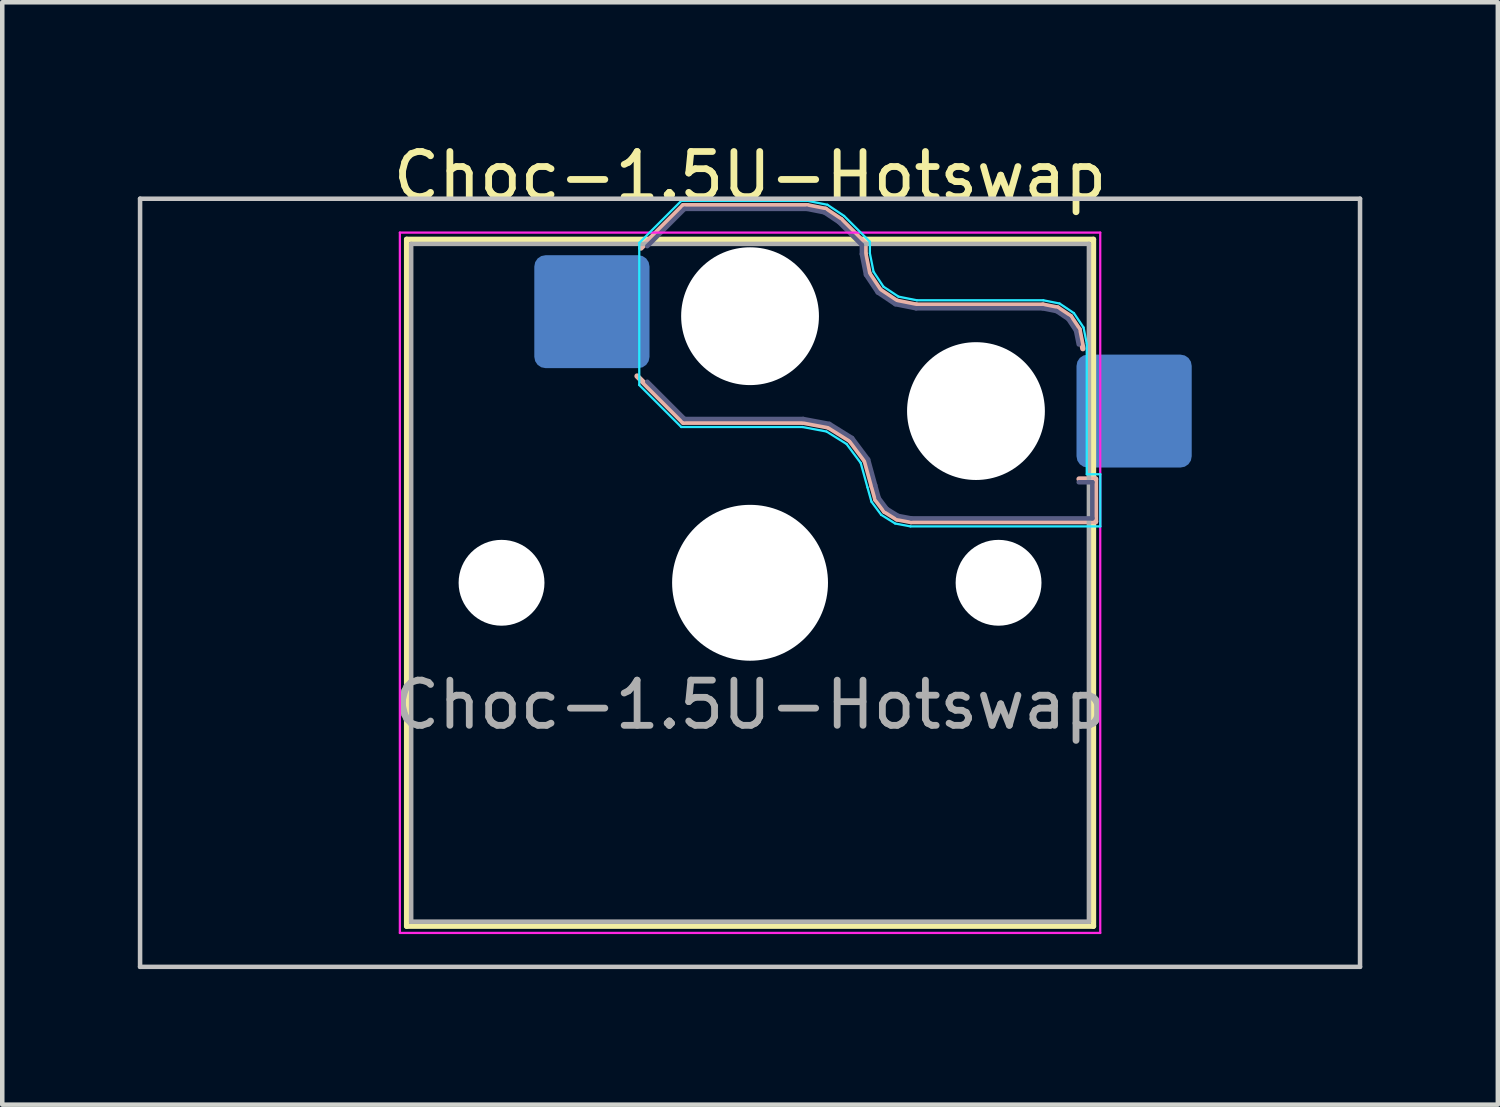
<source format=kicad_pcb>
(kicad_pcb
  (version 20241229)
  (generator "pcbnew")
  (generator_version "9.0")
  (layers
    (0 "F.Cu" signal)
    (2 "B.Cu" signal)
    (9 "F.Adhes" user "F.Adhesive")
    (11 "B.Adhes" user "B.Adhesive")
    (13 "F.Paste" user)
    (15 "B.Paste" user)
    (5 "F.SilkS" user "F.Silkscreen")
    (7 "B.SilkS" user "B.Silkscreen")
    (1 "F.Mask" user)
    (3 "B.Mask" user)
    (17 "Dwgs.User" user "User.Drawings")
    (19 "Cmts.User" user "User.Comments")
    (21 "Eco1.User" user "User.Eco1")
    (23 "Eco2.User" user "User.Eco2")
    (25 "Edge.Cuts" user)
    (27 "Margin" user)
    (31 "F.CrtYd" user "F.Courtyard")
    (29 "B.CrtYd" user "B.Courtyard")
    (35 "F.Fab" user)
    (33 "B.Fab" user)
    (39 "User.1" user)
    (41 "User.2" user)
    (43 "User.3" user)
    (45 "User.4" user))
  (footprint "Choc-1.5U-Hotswap"
    (layer "F.Cu")
    (at 13.55 9.848)
    (property "Reference" "Choc-1.5U-Hotswap" (at 0 -9 0) (layer "F.SilkS") (effects (font (size 1 1) (thickness 0.15))))
    (attr smd)
    (fp_line (start -7.6 -7.6) (end -7.6 7.6) (stroke (width 0.12) (type solid)) (layer "F.SilkS"))
    (fp_line (start -7.6 7.6) (end 7.6 7.6) (stroke (width 0.12) (type solid)) (layer "F.SilkS"))
    (fp_line (start 7.6 -7.6) (end -7.6 -7.6) (stroke (width 0.12) (type solid)) (layer "F.SilkS"))
    (fp_line (start 7.6 7.6) (end 7.6 -7.6) (stroke (width 0.12) (type solid)) (layer "F.SilkS"))
    (fp_line (start -2.416 -7.409) (end -1.479 -8.346) (stroke (width 0.12) (type solid)) (layer "B.SilkS"))
    (fp_line (start -1.479 -8.346) (end 1.268 -8.346) (stroke (width 0.12) (type solid)) (layer "B.SilkS"))
    (fp_line (start -1.479 -3.554) (end -2.5 -4.575) (stroke (width 0.12) (type solid)) (layer "B.SilkS"))
    (fp_line (start 1.168 -3.554) (end -1.479 -3.554) (stroke (width 0.12) (type solid)) (layer "B.SilkS"))
    (fp_line (start 1.268 -8.346) (end 1.671 -8.266) (stroke (width 0.12) (type solid)) (layer "B.SilkS"))
    (fp_line (start 1.671 -8.266) (end 2.013 -8.037) (stroke (width 0.12) (type solid)) (layer "B.SilkS"))
    (fp_line (start 1.73 -3.449) (end 1.168 -3.554) (stroke (width 0.12) (type solid)) (layer "B.SilkS"))
    (fp_line (start 2.013 -8.037) (end 2.546 -7.504) (stroke (width 0.12) (type solid)) (layer "B.SilkS"))
    (fp_line (start 2.209 -3.15) (end 1.73 -3.449) (stroke (width 0.12) (type solid)) (layer "B.SilkS"))
    (fp_line (start 2.546 -7.504) (end 2.546 -7.282) (stroke (width 0.12) (type solid)) (layer "B.SilkS"))
    (fp_line (start 2.546 -7.282) (end 2.633 -6.844) (stroke (width 0.12) (type solid)) (layer "B.SilkS"))
    (fp_line (start 2.547 -2.697) (end 2.209 -3.15) (stroke (width 0.12) (type solid)) (layer "B.SilkS"))
    (fp_line (start 2.633 -6.844) (end 2.877 -6.477) (stroke (width 0.12) (type solid)) (layer "B.SilkS"))
    (fp_line (start 2.701 -2.139) (end 2.547 -2.697) (stroke (width 0.12) (type solid)) (layer "B.SilkS"))
    (fp_line (start 2.783 -1.841) (end 2.701 -2.139) (stroke (width 0.12) (type solid)) (layer "B.SilkS"))
    (fp_line (start 2.877 -6.477) (end 3.244 -6.233) (stroke (width 0.12) (type solid)) (layer "B.SilkS"))
    (fp_line (start 2.976 -1.583) (end 2.783 -1.841) (stroke (width 0.12) (type solid)) (layer "B.SilkS"))
    (fp_line (start 3.244 -6.233) (end 3.682 -6.146) (stroke (width 0.12) (type solid)) (layer "B.SilkS"))
    (fp_line (start 3.25 -1.413) (end 2.976 -1.583) (stroke (width 0.12) (type solid)) (layer "B.SilkS"))
    (fp_line (start 3.56 -1.354) (end 3.25 -1.413) (stroke (width 0.12) (type solid)) (layer "B.SilkS"))
    (fp_line (start 3.682 -6.146) (end 6.482 -6.146) (stroke (width 0.12) (type solid)) (layer "B.SilkS"))
    (fp_line (start 6.482 -6.146) (end 6.809 -6.081) (stroke (width 0.12) (type solid)) (layer "B.SilkS"))
    (fp_line (start 6.809 -6.081) (end 7.092 -5.892) (stroke (width 0.12) (type solid)) (layer "B.SilkS"))
    (fp_line (start 7.092 -5.892) (end 7.281 -5.609) (stroke (width 0.12) (type solid)) (layer "B.SilkS"))
    (fp_line (start 7.281 -5.609) (end 7.366 -5.182) (stroke (width 0.12) (type solid)) (layer "B.SilkS"))
    (fp_line (start 7.283 -2.296) (end 7.646 -2.296) (stroke (width 0.12) (type solid)) (layer "B.SilkS"))
    (fp_line (start 7.646 -2.296) (end 7.646 -1.354) (stroke (width 0.12) (type solid)) (layer "B.SilkS"))
    (fp_line (start 7.646 -1.354) (end 3.56 -1.354) (stroke (width 0.12) (type solid)) (layer "B.SilkS"))
    (fp_line (start -13.5 -8.5) (end -13.5 8.5) (stroke (width 0.1) (type solid)) (layer "Dwgs.User"))
    (fp_line (start -13.5 8.5) (end 13.5 8.5) (stroke (width 0.1) (type solid)) (layer "Dwgs.User"))
    (fp_line (start 13.5 -8.5) (end -13.5 -8.5) (stroke (width 0.1) (type solid)) (layer "Dwgs.User"))
    (fp_line (start 13.5 8.5) (end 13.5 -8.5) (stroke (width 0.1) (type solid)) (layer "Dwgs.User"))
    (fp_line (start -7.25 -7.25) (end -7.25 7.25) (stroke (width 0.1) (type solid)) (layer "Eco1.User"))
    (fp_line (start -7.25 7.25) (end 7.25 7.25) (stroke (width 0.1) (type solid)) (layer "Eco1.User"))
    (fp_line (start 7.25 -7.25) (end -7.25 -7.25) (stroke (width 0.1) (type solid)) (layer "Eco1.User"))
    (fp_line (start 7.25 7.25) (end 7.25 -7.25) (stroke (width 0.1) (type solid)) (layer "Eco1.User"))
    (fp_line (start -2.452 -7.523) (end -1.523 -8.452) (stroke (width 0.05) (type solid)) (layer "B.CrtYd"))
    (fp_line (start -2.452 -4.377) (end -2.452 -7.523) (stroke (width 0.05) (type solid)) (layer "B.CrtYd"))
    (fp_line (start -1.523 -8.452) (end 1.278 -8.452) (stroke (width 0.05) (type solid)) (layer "B.CrtYd"))
    (fp_line (start -1.523 -3.448) (end -2.452 -4.377) (stroke (width 0.05) (type solid)) (layer "B.CrtYd"))
    (fp_line (start 1.159 -3.448) (end -1.523 -3.448) (stroke (width 0.05) (type solid)) (layer "B.CrtYd"))
    (fp_line (start 1.278 -8.452) (end 1.712 -8.366) (stroke (width 0.05) (type solid)) (layer "B.CrtYd"))
    (fp_line (start 1.691 -3.348) (end 1.159 -3.448) (stroke (width 0.05) (type solid)) (layer "B.CrtYd"))
    (fp_line (start 1.712 -8.366) (end 2.081 -8.119) (stroke (width 0.05) (type solid)) (layer "B.CrtYd"))
    (fp_line (start 2.081 -8.119) (end 2.652 -7.548) (stroke (width 0.05) (type solid)) (layer "B.CrtYd"))
    (fp_line (start 2.136 -3.071) (end 1.691 -3.348) (stroke (width 0.05) (type solid)) (layer "B.CrtYd"))
    (fp_line (start 2.45 -2.65) (end 2.136 -3.071) (stroke (width 0.05) (type solid)) (layer "B.CrtYd"))
    (fp_line (start 2.599 -2.111) (end 2.45 -2.65) (stroke (width 0.05) (type solid)) (layer "B.CrtYd"))
    (fp_line (start 2.652 -7.548) (end 2.652 -7.292) (stroke (width 0.05) (type solid)) (layer "B.CrtYd"))
    (fp_line (start 2.652 -7.292) (end 2.733 -6.885) (stroke (width 0.05) (type solid)) (layer "B.CrtYd"))
    (fp_line (start 2.687 -1.794) (end 2.599 -2.111) (stroke (width 0.05) (type solid)) (layer "B.CrtYd"))
    (fp_line (start 2.733 -6.885) (end 2.953 -6.553) (stroke (width 0.05) (type solid)) (layer "B.CrtYd"))
    (fp_line (start 2.903 -1.503) (end 2.687 -1.794) (stroke (width 0.05) (type solid)) (layer "B.CrtYd"))
    (fp_line (start 2.953 -6.553) (end 3.285 -6.333) (stroke (width 0.05) (type solid)) (layer "B.CrtYd"))
    (fp_line (start 3.211 -1.312) (end 2.903 -1.503) (stroke (width 0.05) (type solid)) (layer "B.CrtYd"))
    (fp_line (start 3.285 -6.333) (end 3.692 -6.252) (stroke (width 0.05) (type solid)) (layer "B.CrtYd"))
    (fp_line (start 3.55 -1.248) (end 3.211 -1.312) (stroke (width 0.05) (type solid)) (layer "B.CrtYd"))
    (fp_line (start 3.692 -6.252) (end 6.492 -6.252) (stroke (width 0.05) (type solid)) (layer "B.CrtYd"))
    (fp_line (start 6.492 -6.252) (end 6.85 -6.181) (stroke (width 0.05) (type solid)) (layer "B.CrtYd"))
    (fp_line (start 6.85 -6.181) (end 7.168 -5.968) (stroke (width 0.05) (type solid)) (layer "B.CrtYd"))
    (fp_line (start 7.168 -5.968) (end 7.381 -5.65) (stroke (width 0.05) (type solid)) (layer "B.CrtYd"))
    (fp_line (start 7.381 -5.65) (end 7.452 -5.292) (stroke (width 0.05) (type solid)) (layer "B.CrtYd"))
    (fp_line (start 7.452 -5.292) (end 7.452 -2.402) (stroke (width 0.05) (type solid)) (layer "B.CrtYd"))
    (fp_line (start 7.452 -2.402) (end 7.752 -2.402) (stroke (width 0.05) (type solid)) (layer "B.CrtYd"))
    (fp_line (start 7.752 -2.402) (end 7.752 -1.248) (stroke (width 0.05) (type solid)) (layer "B.CrtYd"))
    (fp_line (start 7.752 -1.248) (end 3.55 -1.248) (stroke (width 0.05) (type solid)) (layer "B.CrtYd"))
    (fp_line (start -7.75 -7.75) (end -7.75 7.75) (stroke (width 0.05) (type solid)) (layer "F.CrtYd"))
    (fp_line (start -7.75 7.75) (end 7.75 7.75) (stroke (width 0.05) (type solid)) (layer "F.CrtYd"))
    (fp_line (start 7.75 -7.75) (end -7.75 -7.75) (stroke (width 0.05) (type solid)) (layer "F.CrtYd"))
    (fp_line (start 7.75 7.75) (end 7.75 -7.75) (stroke (width 0.05) (type solid)) (layer "F.CrtYd"))
    (fp_line (start -2.275 -7.45) (end -1.45 -8.275) (stroke (width 0.1) (type solid)) (layer "B.Fab"))
    (fp_line (start -1.45 -8.275) (end 1.261 -8.275) (stroke (width 0.1) (type solid)) (layer "B.Fab"))
    (fp_line (start -1.45 -3.625) (end -2.275 -4.45) (stroke (width 0.1) (type solid)) (layer "B.Fab"))
    (fp_line (start 1.175 -3.625) (end -1.45 -3.625) (stroke (width 0.1) (type solid)) (layer "B.Fab"))
    (fp_line (start 1.261 -8.275) (end 1.643 -8.199) (stroke (width 0.1) (type solid)) (layer "B.Fab"))
    (fp_line (start 1.643 -8.199) (end 1.968 -7.982) (stroke (width 0.1) (type solid)) (layer "B.Fab"))
    (fp_line (start 1.756 -3.516) (end 1.175 -3.625) (stroke (width 0.1) (type solid)) (layer "B.Fab"))
    (fp_line (start 1.968 -7.982) (end 2.475 -7.475) (stroke (width 0.1) (type solid)) (layer "B.Fab"))
    (fp_line (start 2.258 -3.203) (end 1.756 -3.516) (stroke (width 0.1) (type solid)) (layer "B.Fab"))
    (fp_line (start 2.475 -7.475) (end 2.475 -7.275) (stroke (width 0.1) (type solid)) (layer "B.Fab"))
    (fp_line (start 2.475 -7.275) (end 2.566 -6.816) (stroke (width 0.1) (type solid)) (layer "B.Fab"))
    (fp_line (start 2.566 -6.816) (end 2.826 -6.426) (stroke (width 0.1) (type solid)) (layer "B.Fab"))
    (fp_line (start 2.612 -2.729) (end 2.258 -3.203) (stroke (width 0.1) (type solid)) (layer "B.Fab"))
    (fp_line (start 2.769 -2.158) (end 2.612 -2.729) (stroke (width 0.1) (type solid)) (layer "B.Fab"))
    (fp_line (start 2.826 -6.426) (end 3.216 -6.166) (stroke (width 0.1) (type solid)) (layer "B.Fab"))
    (fp_line (start 2.848 -1.873) (end 2.769 -2.158) (stroke (width 0.1) (type solid)) (layer "B.Fab"))
    (fp_line (start 3.025 -1.636) (end 2.848 -1.873) (stroke (width 0.1) (type solid)) (layer "B.Fab"))
    (fp_line (start 3.216 -6.166) (end 3.675 -6.075) (stroke (width 0.1) (type solid)) (layer "B.Fab"))
    (fp_line (start 3.276 -1.48) (end 3.025 -1.636) (stroke (width 0.1) (type solid)) (layer "B.Fab"))
    (fp_line (start 3.567 -1.425) (end 3.276 -1.48) (stroke (width 0.1) (type solid)) (layer "B.Fab"))
    (fp_line (start 3.675 -6.075) (end 6.475 -6.075) (stroke (width 0.1) (type solid)) (layer "B.Fab"))
    (fp_line (start 6.475 -6.075) (end 6.781 -6.014) (stroke (width 0.1) (type solid)) (layer "B.Fab"))
    (fp_line (start 6.781 -6.014) (end 7.041 -5.841) (stroke (width 0.1) (type solid)) (layer "B.Fab"))
    (fp_line (start 7.041 -5.841) (end 7.214 -5.581) (stroke (width 0.1) (type solid)) (layer "B.Fab"))
    (fp_line (start 7.214 -5.581) (end 7.275 -5.275) (stroke (width 0.1) (type solid)) (layer "B.Fab"))
    (fp_line (start 7.275 -2.225) (end 7.575 -2.225) (stroke (width 0.1) (type solid)) (layer "B.Fab"))
    (fp_line (start 7.575 -2.225) (end 7.575 -1.425) (stroke (width 0.1) (type solid)) (layer "B.Fab"))
    (fp_line (start 7.575 -1.425) (end 3.567 -1.425) (stroke (width 0.1) (type solid)) (layer "B.Fab"))
    (fp_line (start -7.5 -7.5) (end -7.5 7.5) (stroke (width 0.1) (type solid)) (layer "F.Fab"))
    (fp_line (start -7.5 7.5) (end 7.5 7.5) (stroke (width 0.1) (type solid)) (layer "F.Fab"))
    (fp_line (start 7.5 -7.5) (end -7.5 -7.5) (stroke (width 0.1) (type solid)) (layer "F.Fab"))
    (fp_line (start 7.5 7.5) (end 7.5 -7.5) (stroke (width 0.1) (type solid)) (layer "F.Fab"))
    (fp_text user "${REFERENCE}" (at 0 2.7 0) (layer "F.Fab") (effects (font (size 1 1) (thickness 0.15))))
    (pad "" np_thru_hole circle (at -5.5 0) (size 1.9 1.9) (drill 1.9) (layers "*.Cu" "*.Mask"))
    (pad "" np_thru_hole circle (at 0 -5.9) (size 3.05 3.05) (drill 3.05) (layers "*.Cu" "*.Mask"))
    (pad "" np_thru_hole circle (at 0 0) (size 3.45 3.45) (drill 3.45) (layers "*.Cu" "*.Mask"))
    (pad "" np_thru_hole circle (at 5 -3.8) (size 3.05 3.05) (drill 3.05) (layers "*.Cu" "*.Mask"))
    (pad "" np_thru_hole circle (at 5.5 0) (size 1.9 1.9) (drill 1.9) (layers "*.Cu" "*.Mask"))
    (pad "1" smd roundrect (at -3.5 -6) (size 2.55 2.5) (layers "B.Cu" "B.Mask" "B.Paste") (roundrect_rratio 0.1))
    (pad "2" smd roundrect (at 8.5 -3.8) (size 2.55 2.5) (layers "B.Cu" "B.Mask" "B.Paste") (roundrect_rratio 0.1)))
  (gr_rect
    (start -3 -3)
    (end 30.1 21.398)
    (stroke (width 0.1) (type default))
    (fill no)
    (layer "Edge.Cuts")))
</source>
